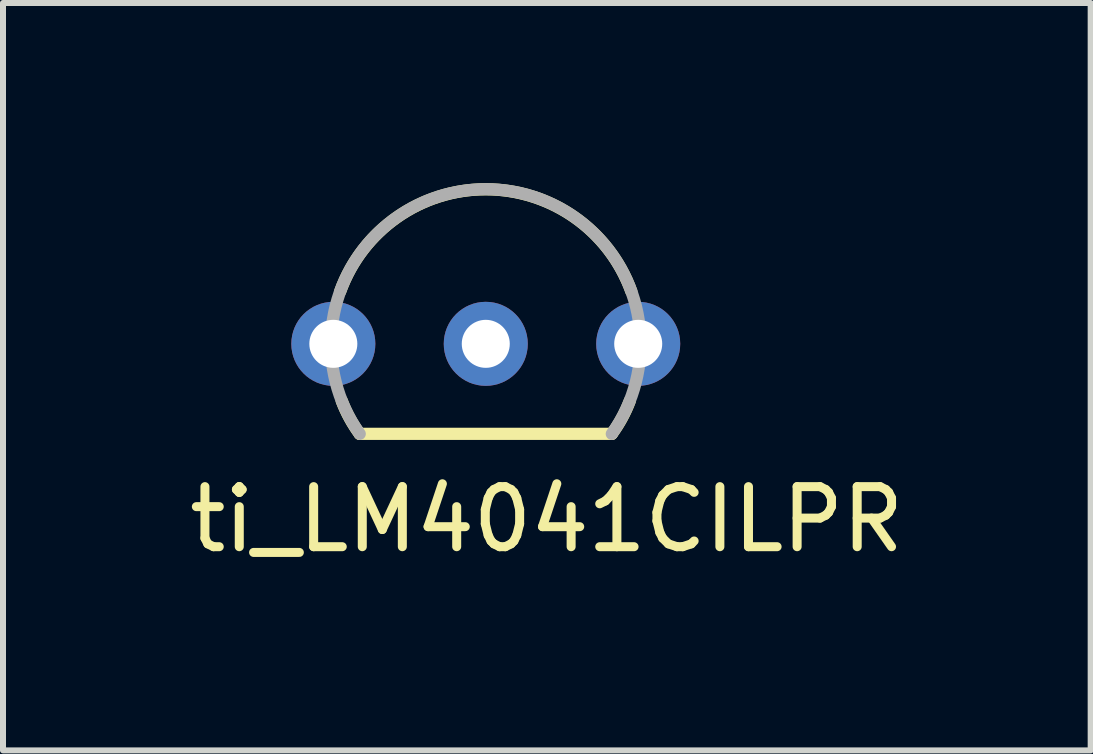
<source format=kicad_pcb>
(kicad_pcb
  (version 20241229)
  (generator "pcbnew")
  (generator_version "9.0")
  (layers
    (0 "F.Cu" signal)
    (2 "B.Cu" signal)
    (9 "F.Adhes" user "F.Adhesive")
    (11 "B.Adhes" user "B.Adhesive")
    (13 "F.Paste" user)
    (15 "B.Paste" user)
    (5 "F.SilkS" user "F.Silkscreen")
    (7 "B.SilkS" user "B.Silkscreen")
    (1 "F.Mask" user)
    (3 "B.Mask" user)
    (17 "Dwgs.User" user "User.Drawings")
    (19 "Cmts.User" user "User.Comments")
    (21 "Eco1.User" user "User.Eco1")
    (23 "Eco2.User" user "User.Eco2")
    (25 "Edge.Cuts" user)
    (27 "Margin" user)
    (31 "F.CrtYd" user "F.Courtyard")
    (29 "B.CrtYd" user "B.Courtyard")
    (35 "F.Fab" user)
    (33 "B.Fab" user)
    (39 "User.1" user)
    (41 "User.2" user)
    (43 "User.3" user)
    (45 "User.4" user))
  (footprint "ti_LM4041CILPR"
    (layer "F.Cu")
    (at 5.044 2.679)
    (property "Reference" "ti_LM4041CILPR" (at 1.017 2.925 0) (layer "F.SilkS") (effects (font (size 1.001 1.001) (thickness 0.15))))
    (attr through_hole)
    (fp_line (start -2.1 1.5) (end 2.1 1.5) (stroke (width 0.203) (type solid)) (layer "F.SilkS"))
    (fp_arc (start -2.425 -0.875001) (mid 0 -2.574992) (end 2.425 -0.875) (stroke (width 0.2032) (type solid)) (layer "F.SilkS"))
    (fp_arc (start -2.1 1.5) (mid -2.269296 1.235525) (end -2.4 0.95) (stroke (width 0.2032) (type solid)) (layer "F.SilkS"))
    (fp_arc (start 2.4 0.95) (mid 2.269296 1.235525) (end 2.1 1.5) (stroke (width 0.2032) (type solid)) (layer "F.SilkS"))
    (fp_arc (start -2.1 1.5) (mid 0 -2.576921) (end 2.1 1.5) (stroke (width 0.2032) (type solid)) (layer "F.Fab"))
    (pad "1" thru_hole circle (at -2.54 0) (size 1.4 1.4) (drill 0.8) (layers "*.Cu" "*.Mask"))
    (pad "2" thru_hole circle (at 0 0) (size 1.4 1.4) (drill 0.8) (layers "*.Cu" "*.Mask"))
    (pad "3" thru_hole circle (at 2.54 0) (size 1.4 1.4) (drill 0.8) (layers "*.Cu" "*.Mask")))
  (gr_rect
    (start -3 -3)
    (end 15.123 9.453)
    (stroke (width 0.1) (type default))
    (fill no)
    (layer "Edge.Cuts")))
</source>
